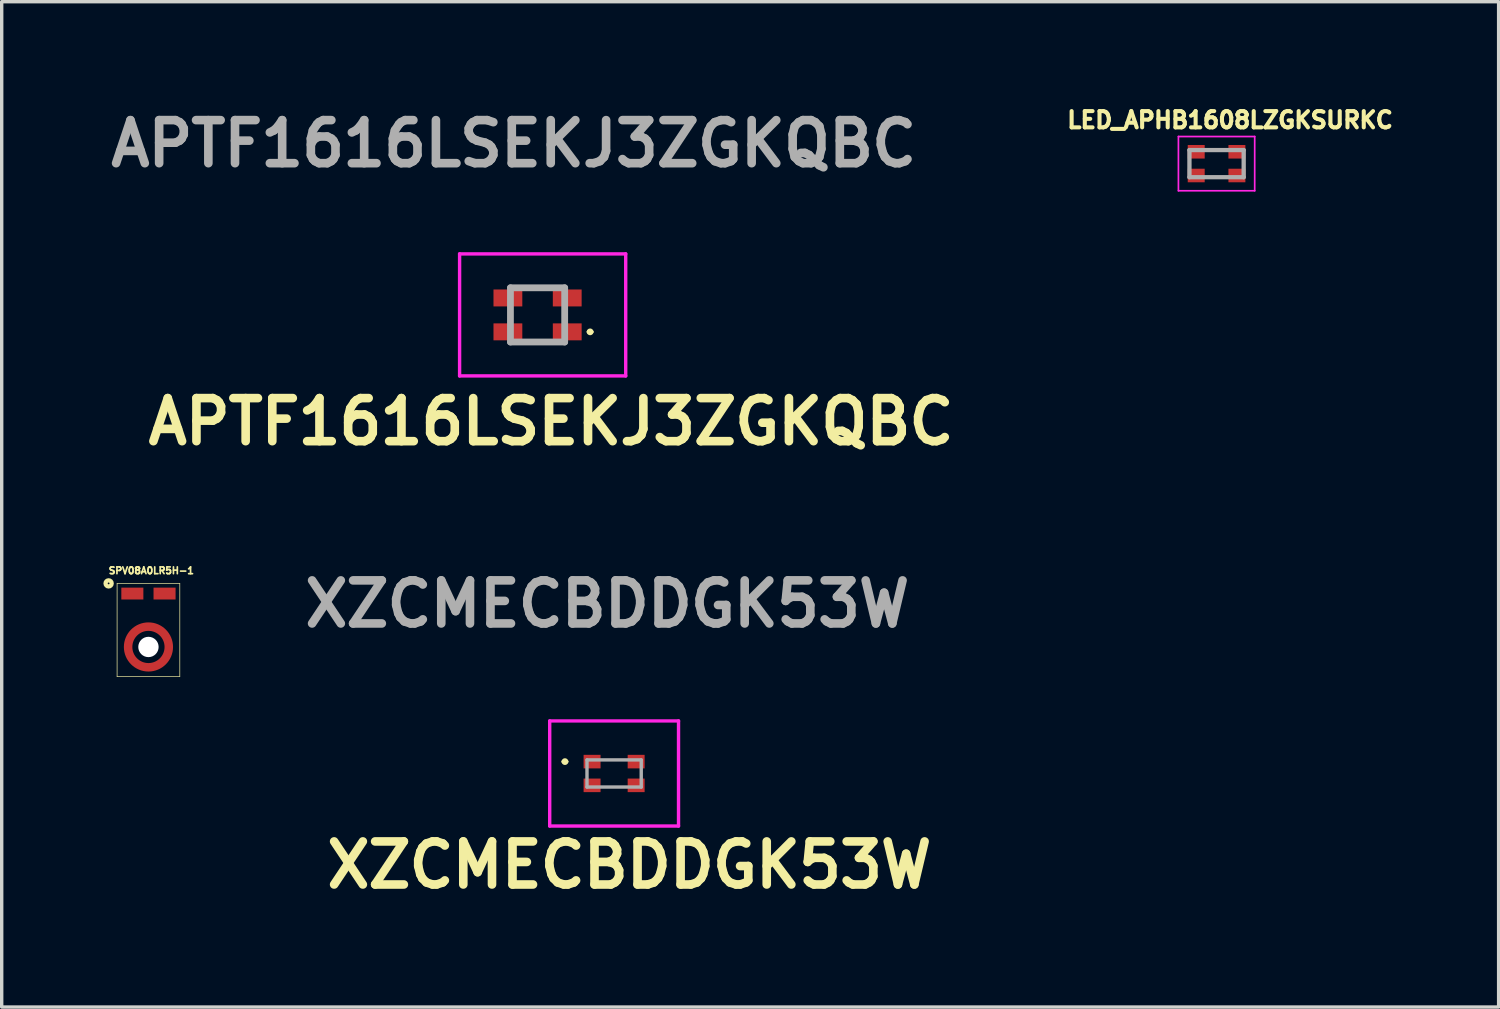
<source format=kicad_pcb>
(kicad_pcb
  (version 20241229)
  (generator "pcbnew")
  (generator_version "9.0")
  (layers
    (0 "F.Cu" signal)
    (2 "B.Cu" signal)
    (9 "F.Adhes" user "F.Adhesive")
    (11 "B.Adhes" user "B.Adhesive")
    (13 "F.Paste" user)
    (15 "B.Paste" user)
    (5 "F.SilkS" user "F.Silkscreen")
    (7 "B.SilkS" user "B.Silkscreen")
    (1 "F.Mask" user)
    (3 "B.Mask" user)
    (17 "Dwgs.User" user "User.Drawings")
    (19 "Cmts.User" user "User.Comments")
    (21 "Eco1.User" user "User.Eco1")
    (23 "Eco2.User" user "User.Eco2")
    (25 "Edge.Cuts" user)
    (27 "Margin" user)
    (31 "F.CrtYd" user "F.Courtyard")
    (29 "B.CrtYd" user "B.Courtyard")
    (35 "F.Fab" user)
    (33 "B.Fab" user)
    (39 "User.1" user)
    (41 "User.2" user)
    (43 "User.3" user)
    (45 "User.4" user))
  (footprint "APTF1616LSEKJ3ZGKQBC"
    (layer "F.Cu")
    (at 12.807 6.239)
    (property "Reference" "APTF1616LSEKJ3ZGKQBC" (at 0.4 3.15 0) (layer "F.SilkS") (effects (font (size 1.27 1.27) (thickness 0.254))))
    (attr smd)
    (fp_line (start -0.82 0.06) (end -0.82 -0.08) (stroke (width 0.1) (type solid)) (layer "F.SilkS"))
    (fp_line (start -0.26 -0.8) (end 0.26 -0.8) (stroke (width 0.1) (type solid)) (layer "F.SilkS"))
    (fp_line (start -0.24 0.8) (end 0.28 0.8) (stroke (width 0.1) (type solid)) (layer "F.SilkS"))
    (fp_line (start 0.8 -0.08) (end 0.8 0.06) (stroke (width 0.1) (type solid)) (layer "F.SilkS"))
    (fp_line (start 1.5 0.5) (end 1.5 0.5) (stroke (width 0.1) (type solid)) (layer "F.SilkS"))
    (fp_line (start 1.6 0.5) (end 1.6 0.5) (stroke (width 0.1) (type solid)) (layer "F.SilkS"))
    (fp_arc (start 1.5 0.5) (mid 1.55 0.45) (end 1.6 0.5) (stroke (width 0.1) (type solid)) (layer "F.SilkS"))
    (fp_arc (start 1.6 0.5) (mid 1.55 0.55) (end 1.5 0.5) (stroke (width 0.1) (type solid)) (layer "F.SilkS"))
    (fp_line (start -2.3 -1.8) (end 2.6 -1.8) (stroke (width 0.1) (type solid)) (layer "F.CrtYd"))
    (fp_line (start -2.3 1.8) (end -2.3 -1.8) (stroke (width 0.1) (type solid)) (layer "F.CrtYd"))
    (fp_line (start 2.6 -1.8) (end 2.6 1.8) (stroke (width 0.1) (type solid)) (layer "F.CrtYd"))
    (fp_line (start 2.6 1.8) (end -2.3 1.8) (stroke (width 0.1) (type solid)) (layer "F.CrtYd"))
    (fp_line (start -0.8 -0.8) (end 0.8 -0.8) (stroke (width 0.2) (type solid)) (layer "F.Fab"))
    (fp_line (start -0.8 0.8) (end -0.8 -0.8) (stroke (width 0.2) (type solid)) (layer "F.Fab"))
    (fp_line (start 0.8 -0.8) (end 0.8 0.8) (stroke (width 0.2) (type solid)) (layer "F.Fab"))
    (fp_line (start 0.8 0.8) (end -0.8 0.8) (stroke (width 0.2) (type solid)) (layer "F.Fab"))
    (fp_text user "${REFERENCE}" (at -0.7 -5.05 0) (layer "F.Fab") (effects (font (size 1.27 1.27) (thickness 0.254))))
    (pad "1" smd rect (at 0.875 0.5 90) (size 0.5 0.85) (layers "F.Cu" "F.Mask" "F.Paste"))
    (pad "2" smd rect (at -0.875 0.5 90) (size 0.5 0.85) (layers "F.Cu" "F.Mask" "F.Paste"))
    (pad "3" smd rect (at -0.875 -0.5 90) (size 0.5 0.85) (layers "F.Cu" "F.Mask" "F.Paste"))
    (pad "4" smd rect (at 0.875 -0.5 90) (size 0.5 0.85) (layers "F.Cu" "F.Mask" "F.Paste")))
  (footprint "SPV08A0LR5H-1"
    (layer "F.Cu")
    (at 1.329 16.034)
    (property "Reference" "SPV08A0LR5H-1" (at 0.085 -2.252 0) (layer "F.SilkS") (effects (font (size 0.2 0.2) (thickness 0.15))))
    (attr smd)
    (fp_circle (center 0 0) (end 0.6 0) (stroke (width 0.25) (type solid)) (fill no) (layer "F.Cu"))
    (fp_circle (center 0 0) (end 0.222 0) (stroke (width 0.508) (type solid)) (fill no) (layer "F.Mask"))
    (fp_circle (center 0.001 0.001) (end 0.602 0.001) (stroke (width 0.254) (type solid)) (fill no) (layer "F.Mask"))
    (fp_line (start -0.925 -1.875) (end -0.925 0.875) (stroke (width 0.02) (type solid)) (layer "F.SilkS"))
    (fp_line (start -0.925 -1.875) (end 0.925 -1.875) (stroke (width 0.02) (type solid)) (layer "F.SilkS"))
    (fp_line (start -0.925 0.875) (end 0.925 0.875) (stroke (width 0.02) (type solid)) (layer "F.SilkS"))
    (fp_line (start 0.925 -1.875) (end 0.925 0.875) (stroke (width 0.02) (type solid)) (layer "F.SilkS"))
    (fp_circle (center -1.175 -1.875) (end -1.085 -1.875) (stroke (width 0.127) (type solid)) (fill no) (layer "F.SilkS"))
    (fp_arc (start -0.45 0.4) (mid -0.605552 0) (end -0.45 -0.4) (stroke (width 0.2) (type solid)) (layer "F.Paste"))
    (fp_arc (start -0.4 -0.45) (mid 0 -0.605552) (end 0.4 -0.45) (stroke (width 0.2) (type solid)) (layer "F.Paste"))
    (fp_arc (start 0.4 0.45) (mid 0 0.605552) (end -0.4 0.45) (stroke (width 0.2) (type solid)) (layer "F.Paste"))
    (fp_arc (start 0.45 -0.4) (mid 0.605552 0) (end 0.45 0.4) (stroke (width 0.2) (type solid)) (layer "F.Paste"))
    (fp_poly (pts (xy -0.78 -1.73) (xy -0.17 -1.73) (xy -0.17 -1.42) (xy -0.78 -1.42)) (stroke (width 0.01) (type solid)) (fill yes) (layer "F.Paste"))
    (fp_poly (pts (xy 0.17 -1.73) (xy 0.78 -1.73) (xy 0.78 -1.42) (xy 0.17 -1.42)) (stroke (width 0.01) (type solid)) (fill yes) (layer "F.Paste"))
    (pad "" np_thru_hole circle (at 0 0) (size 0.6 0.6) (drill 0.6) (layers "*.Cu" "*.Mask"))
    (pad "AGND" smd rect (at -0.6 0.02) (size 0.064 0.064) (layers "F.Cu"))
    (pad "OUT" smd rect (at 0.475 -1.575) (size 0.65 0.35) (layers "F.Cu" "F.Mask" "F.Paste"))
    (pad "VDDA" smd rect (at -0.475 -1.575) (size 0.65 0.35) (layers "F.Cu" "F.Mask" "F.Paste"))
    (zone (net_name "") (layer "F.Cu") (hatch full 0.508) (connect_pads) (min_thickness 0.508) (filled_areas_thickness no) (keepout (tracks not_allowed) (vias not_allowed) (pads not_allowed) (copperpour not_allowed) (footprints allowed)) (placement (enabled no)) (fill) (polygon (pts (xy 1.813 16.034) (xy 1.81 16.082) (xy 1.803 16.129) (xy 1.792 16.175) (xy 1.776 16.219) (xy 1.755 16.262) (xy 1.731 16.303) (xy 1.703 16.341) (xy 1.671 16.376) (xy 1.636 16.408) (xy 1.598 16.437) (xy 1.557 16.461) (xy 1.514 16.481) (xy 1.469 16.497) (xy 1.423 16.509) (xy 1.376 16.516) (xy 1.329 16.518) (xy 1.281 16.516) (xy 1.234 16.509) (xy 1.188 16.497) (xy 1.143 16.481) (xy 1.1 16.461) (xy 1.06 16.437) (xy 1.022 16.408) (xy 0.986 16.376) (xy 0.954 16.341) (xy 0.926 16.303) (xy 0.902 16.262) (xy 0.881 16.219) (xy 0.865 16.175) (xy 0.854 16.129) (xy 0.847 16.082) (xy 0.845 16.034) (xy 0.847 15.987) (xy 0.854 15.94) (xy 0.865 15.894) (xy 0.881 15.849) (xy 0.902 15.806) (xy 0.926 15.765) (xy 0.954 15.727) (xy 0.986 15.692) (xy 1.022 15.66) (xy 1.06 15.632) (xy 1.1 15.607) (xy 1.143 15.587) (xy 1.188 15.571) (xy 1.234 15.559) (xy 1.281 15.553) (xy 1.329 15.55) (xy 1.376 15.553) (xy 1.423 15.559) (xy 1.469 15.571) (xy 1.514 15.587) (xy 1.557 15.607) (xy 1.598 15.632) (xy 1.636 15.66) (xy 1.671 15.692) (xy 1.703 15.727) (xy 1.731 15.765) (xy 1.755 15.806) (xy 1.776 15.849) (xy 1.792 15.894) (xy 1.803 15.94) (xy 1.81 15.987)))))
  (footprint "XZCMECBDDGK53W"
    (layer "F.Cu")
    (at 15.065 19.766)
    (property "Reference" "XZCMECBDDGK53W" (at 0.45 2.7 0) (layer "F.SilkS") (effects (font (size 1.27 1.27) (thickness 0.254))))
    (attr smd)
    (fp_line (start -1.5 -0.35) (end -1.5 -0.35) (stroke (width 0.1) (type solid)) (layer "F.SilkS"))
    (fp_line (start -1.4 -0.35) (end -1.4 -0.35) (stroke (width 0.1) (type solid)) (layer "F.SilkS"))
    (fp_arc (start -1.5 -0.35) (mid -1.45 -0.4) (end -1.4 -0.35) (stroke (width 0.1) (type solid)) (layer "F.SilkS"))
    (fp_arc (start -1.4 -0.35) (mid -1.45 -0.3) (end -1.5 -0.35) (stroke (width 0.1) (type solid)) (layer "F.SilkS"))
    (fp_line (start -1.9 -1.55) (end 1.9 -1.55) (stroke (width 0.1) (type solid)) (layer "F.CrtYd"))
    (fp_line (start -1.9 1.55) (end -1.9 -1.55) (stroke (width 0.1) (type solid)) (layer "F.CrtYd"))
    (fp_line (start 1.9 -1.55) (end 1.9 1.55) (stroke (width 0.1) (type solid)) (layer "F.CrtYd"))
    (fp_line (start 1.9 1.55) (end -1.9 1.55) (stroke (width 0.1) (type solid)) (layer "F.CrtYd"))
    (fp_line (start -0.8 -0.4) (end 0.8 -0.4) (stroke (width 0.1) (type solid)) (layer "F.Fab"))
    (fp_line (start -0.8 0.4) (end -0.8 -0.4) (stroke (width 0.1) (type solid)) (layer "F.Fab"))
    (fp_line (start 0.8 -0.4) (end 0.8 0.4) (stroke (width 0.1) (type solid)) (layer "F.Fab"))
    (fp_line (start 0.8 0.4) (end -0.8 0.4) (stroke (width 0.1) (type solid)) (layer "F.Fab"))
    (fp_text user "${REFERENCE}" (at -0.2 -5 0) (layer "F.Fab") (effects (font (size 1.27 1.27) (thickness 0.254))))
    (pad "1" smd rect (at -0.65 -0.35 90) (size 0.4 0.5) (layers "F.Cu" "F.Mask" "F.Paste"))
    (pad "2" smd rect (at -0.65 0.35 90) (size 0.4 0.5) (layers "F.Cu" "F.Mask" "F.Paste"))
    (pad "3" smd rect (at 0.65 0.35 90) (size 0.4 0.5) (layers "F.Cu" "F.Mask" "F.Paste"))
    (pad "4" smd rect (at 0.65 -0.35 90) (size 0.4 0.5) (layers "F.Cu" "F.Mask" "F.Paste")))
  (footprint "LED_APHB1608LZGKSURKC"
    (layer "F.Cu")
    (at 32.836 1.777)
    (property "Reference" "LED_APHB1608LZGKSURKC" (at 0.399 -1.286 0) (layer "F.SilkS") (effects (font (size 0.48 0.48) (thickness 0.15))))
    (attr smd)
    (fp_line (start -1.125 -0.8) (end 1.125 -0.8) (stroke (width 0.05) (type solid)) (layer "F.CrtYd"))
    (fp_line (start -1.125 0.8) (end -1.125 -0.8) (stroke (width 0.05) (type solid)) (layer "F.CrtYd"))
    (fp_line (start 1.125 -0.8) (end 1.125 0.8) (stroke (width 0.05) (type solid)) (layer "F.CrtYd"))
    (fp_line (start 1.125 0.8) (end -1.125 0.8) (stroke (width 0.05) (type solid)) (layer "F.CrtYd"))
    (fp_line (start -0.8 -0.4) (end 0.8 -0.4) (stroke (width 0.127) (type solid)) (layer "F.Fab"))
    (fp_line (start -0.8 0.4) (end -0.8 -0.4) (stroke (width 0.127) (type solid)) (layer "F.Fab"))
    (fp_line (start 0.8 -0.4) (end 0.8 0.4) (stroke (width 0.127) (type solid)) (layer "F.Fab"))
    (fp_line (start 0.8 0.4) (end -0.8 0.4) (stroke (width 0.127) (type solid)) (layer "F.Fab"))
    (pad "1" smd rect (at -0.6 -0.35) (size 0.5 0.4) (layers "F.Cu" "F.Mask" "F.Paste"))
    (pad "2" smd rect (at 0.6 -0.35) (size 0.5 0.4) (layers "F.Cu" "F.Mask" "F.Paste"))
    (pad "3" smd rect (at -0.6 0.35) (size 0.5 0.4) (layers "F.Cu" "F.Mask" "F.Paste"))
    (pad "4" smd rect (at 0.6 0.35) (size 0.5 0.4) (layers "F.Cu" "F.Mask" "F.Paste")))
  (gr_rect
    (start -3 -3)
    (end 41.156 26.655)
    (stroke (width 0.1) (type default))
    (fill no)
    (layer "Edge.Cuts")))
</source>
